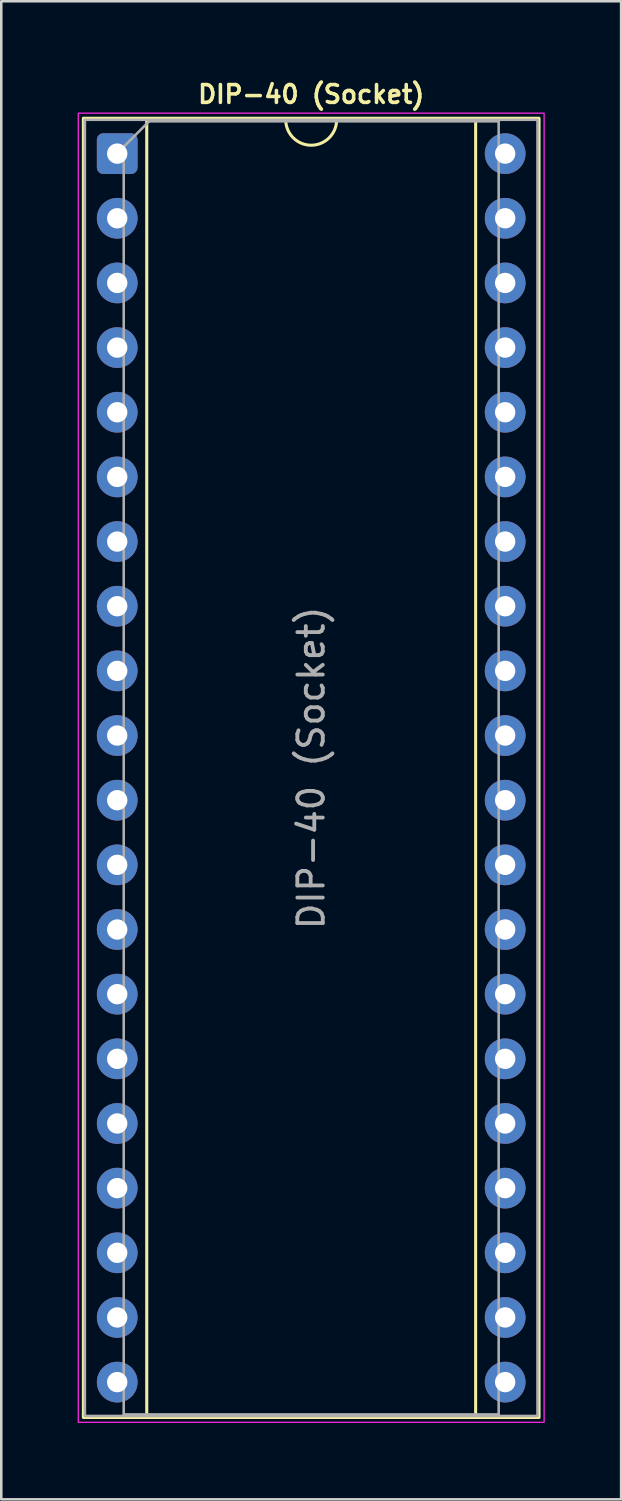
<source format=kicad_pcb>
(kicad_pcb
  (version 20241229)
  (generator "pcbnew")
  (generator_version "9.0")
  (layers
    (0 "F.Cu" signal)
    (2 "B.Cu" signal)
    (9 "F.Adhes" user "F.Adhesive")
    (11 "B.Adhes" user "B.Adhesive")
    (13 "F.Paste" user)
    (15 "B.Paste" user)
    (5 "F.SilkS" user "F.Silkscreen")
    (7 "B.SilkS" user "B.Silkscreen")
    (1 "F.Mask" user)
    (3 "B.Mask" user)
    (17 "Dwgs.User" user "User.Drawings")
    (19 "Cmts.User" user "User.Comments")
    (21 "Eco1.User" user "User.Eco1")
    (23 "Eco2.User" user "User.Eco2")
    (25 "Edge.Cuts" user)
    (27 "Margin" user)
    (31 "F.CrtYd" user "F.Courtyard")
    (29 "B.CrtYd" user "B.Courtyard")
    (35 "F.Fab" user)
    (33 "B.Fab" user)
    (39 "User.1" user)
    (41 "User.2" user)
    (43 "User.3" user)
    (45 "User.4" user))
  (footprint "DIP-40 (Socket)"
    (layer "F.Cu")
    (at 1.555 2.985)
    (property "Reference" "DIP-40 (Socket)" (at 7.62 -2.33 0) (layer "F.SilkS") (effects (font (size 0.7 0.7) (thickness 0.14) (bold yes))))
    (attr through_hole)
    (fp_line (start 1.16 -1.33) (end 1.16 49.59) (stroke (width 0.12) (type solid)) (layer "F.SilkS"))
    (fp_line (start 1.16 49.59) (end 14.08 49.59) (stroke (width 0.12) (type solid)) (layer "F.SilkS"))
    (fp_line (start 6.62 -1.33) (end 1.16 -1.33) (stroke (width 0.12) (type solid)) (layer "F.SilkS"))
    (fp_line (start 14.08 -1.33) (end 8.62 -1.33) (stroke (width 0.12) (type solid)) (layer "F.SilkS"))
    (fp_line (start 14.08 49.59) (end 14.08 -1.33) (stroke (width 0.12) (type solid)) (layer "F.SilkS"))
    (fp_rect (start -1.33 -1.39) (end 16.57 49.65) (stroke (width 0.12) (type solid)) (fill no) (layer "F.SilkS"))
    (fp_arc (start 8.62 -1.33) (mid 7.62 -0.33) (end 6.62 -1.33) (stroke (width 0.12) (type solid)) (layer "F.SilkS"))
    (fp_rect (start -1.53 -1.59) (end 16.77 49.84) (stroke (width 0.05) (type solid)) (fill no) (layer "F.CrtYd"))
    (fp_line (start 0.255 -0.27) (end 1.255 -1.27) (stroke (width 0.1) (type solid)) (layer "F.Fab"))
    (fp_line (start 0.255 49.53) (end 0.255 -0.27) (stroke (width 0.1) (type solid)) (layer "F.Fab"))
    (fp_line (start 1.255 -1.27) (end 14.985 -1.27) (stroke (width 0.1) (type solid)) (layer "F.Fab"))
    (fp_line (start 14.985 -1.27) (end 14.985 49.53) (stroke (width 0.1) (type solid)) (layer "F.Fab"))
    (fp_line (start 14.985 49.53) (end 0.255 49.53) (stroke (width 0.1) (type solid)) (layer "F.Fab"))
    (fp_rect (start -1.27 -1.33) (end 16.51 49.59) (stroke (width 0.1) (type solid)) (fill no) (layer "F.Fab"))
    (fp_text user "${REFERENCE}" (at 7.62 24.13 90) (layer "F.Fab") (effects (font (size 1 1) (thickness 0.15))))
    (pad "1" thru_hole roundrect (at 0 0) (size 1.6 1.6) (drill 0.8) (layers "*.Cu" "*.Mask") (roundrect_rratio 0.156))
    (pad "2" thru_hole circle (at 0 2.54) (size 1.6 1.6) (drill 0.8) (layers "*.Cu" "*.Mask"))
    (pad "3" thru_hole circle (at 0 5.08) (size 1.6 1.6) (drill 0.8) (layers "*.Cu" "*.Mask"))
    (pad "4" thru_hole circle (at 0 7.62) (size 1.6 1.6) (drill 0.8) (layers "*.Cu" "*.Mask"))
    (pad "5" thru_hole circle (at 0 10.16) (size 1.6 1.6) (drill 0.8) (layers "*.Cu" "*.Mask"))
    (pad "6" thru_hole circle (at 0 12.7) (size 1.6 1.6) (drill 0.8) (layers "*.Cu" "*.Mask"))
    (pad "7" thru_hole circle (at 0 15.24) (size 1.6 1.6) (drill 0.8) (layers "*.Cu" "*.Mask"))
    (pad "8" thru_hole circle (at 0 17.78) (size 1.6 1.6) (drill 0.8) (layers "*.Cu" "*.Mask"))
    (pad "9" thru_hole circle (at 0 20.32) (size 1.6 1.6) (drill 0.8) (layers "*.Cu" "*.Mask"))
    (pad "10" thru_hole circle (at 0 22.86) (size 1.6 1.6) (drill 0.8) (layers "*.Cu" "*.Mask"))
    (pad "11" thru_hole circle (at 0 25.4) (size 1.6 1.6) (drill 0.8) (layers "*.Cu" "*.Mask"))
    (pad "12" thru_hole circle (at 0 27.94) (size 1.6 1.6) (drill 0.8) (layers "*.Cu" "*.Mask"))
    (pad "13" thru_hole circle (at 0 30.48) (size 1.6 1.6) (drill 0.8) (layers "*.Cu" "*.Mask"))
    (pad "14" thru_hole circle (at 0 33.02) (size 1.6 1.6) (drill 0.8) (layers "*.Cu" "*.Mask"))
    (pad "15" thru_hole circle (at 0 35.56) (size 1.6 1.6) (drill 0.8) (layers "*.Cu" "*.Mask"))
    (pad "16" thru_hole circle (at 0 38.1) (size 1.6 1.6) (drill 0.8) (layers "*.Cu" "*.Mask"))
    (pad "17" thru_hole circle (at 0 40.64) (size 1.6 1.6) (drill 0.8) (layers "*.Cu" "*.Mask"))
    (pad "18" thru_hole circle (at 0 43.18) (size 1.6 1.6) (drill 0.8) (layers "*.Cu" "*.Mask"))
    (pad "19" thru_hole circle (at 0 45.72) (size 1.6 1.6) (drill 0.8) (layers "*.Cu" "*.Mask"))
    (pad "20" thru_hole circle (at 0 48.26) (size 1.6 1.6) (drill 0.8) (layers "*.Cu" "*.Mask"))
    (pad "21" thru_hole circle (at 15.24 48.26) (size 1.6 1.6) (drill 0.8) (layers "*.Cu" "*.Mask"))
    (pad "22" thru_hole circle (at 15.24 45.72) (size 1.6 1.6) (drill 0.8) (layers "*.Cu" "*.Mask"))
    (pad "23" thru_hole circle (at 15.24 43.18) (size 1.6 1.6) (drill 0.8) (layers "*.Cu" "*.Mask"))
    (pad "24" thru_hole circle (at 15.24 40.64) (size 1.6 1.6) (drill 0.8) (layers "*.Cu" "*.Mask"))
    (pad "25" thru_hole circle (at 15.24 38.1) (size 1.6 1.6) (drill 0.8) (layers "*.Cu" "*.Mask"))
    (pad "26" thru_hole circle (at 15.24 35.56) (size 1.6 1.6) (drill 0.8) (layers "*.Cu" "*.Mask"))
    (pad "27" thru_hole circle (at 15.24 33.02) (size 1.6 1.6) (drill 0.8) (layers "*.Cu" "*.Mask"))
    (pad "28" thru_hole circle (at 15.24 30.48) (size 1.6 1.6) (drill 0.8) (layers "*.Cu" "*.Mask"))
    (pad "29" thru_hole circle (at 15.24 27.94) (size 1.6 1.6) (drill 0.8) (layers "*.Cu" "*.Mask"))
    (pad "30" thru_hole circle (at 15.24 25.4) (size 1.6 1.6) (drill 0.8) (layers "*.Cu" "*.Mask"))
    (pad "31" thru_hole circle (at 15.24 22.86) (size 1.6 1.6) (drill 0.8) (layers "*.Cu" "*.Mask"))
    (pad "32" thru_hole circle (at 15.24 20.32) (size 1.6 1.6) (drill 0.8) (layers "*.Cu" "*.Mask"))
    (pad "33" thru_hole circle (at 15.24 17.78) (size 1.6 1.6) (drill 0.8) (layers "*.Cu" "*.Mask"))
    (pad "34" thru_hole circle (at 15.24 15.24) (size 1.6 1.6) (drill 0.8) (layers "*.Cu" "*.Mask"))
    (pad "35" thru_hole circle (at 15.24 12.7) (size 1.6 1.6) (drill 0.8) (layers "*.Cu" "*.Mask"))
    (pad "36" thru_hole circle (at 15.24 10.16) (size 1.6 1.6) (drill 0.8) (layers "*.Cu" "*.Mask"))
    (pad "37" thru_hole circle (at 15.24 7.62) (size 1.6 1.6) (drill 0.8) (layers "*.Cu" "*.Mask"))
    (pad "38" thru_hole circle (at 15.24 5.08) (size 1.6 1.6) (drill 0.8) (layers "*.Cu" "*.Mask"))
    (pad "39" thru_hole circle (at 15.24 2.54) (size 1.6 1.6) (drill 0.8) (layers "*.Cu" "*.Mask"))
    (pad "40" thru_hole circle (at 15.24 0) (size 1.6 1.6) (drill 0.8) (layers "*.Cu" "*.Mask")))
  (gr_rect
    (start -3 -3)
    (end 21.35 55.85)
    (stroke (width 0.1) (type default))
    (fill no)
    (layer "Edge.Cuts")))
</source>
